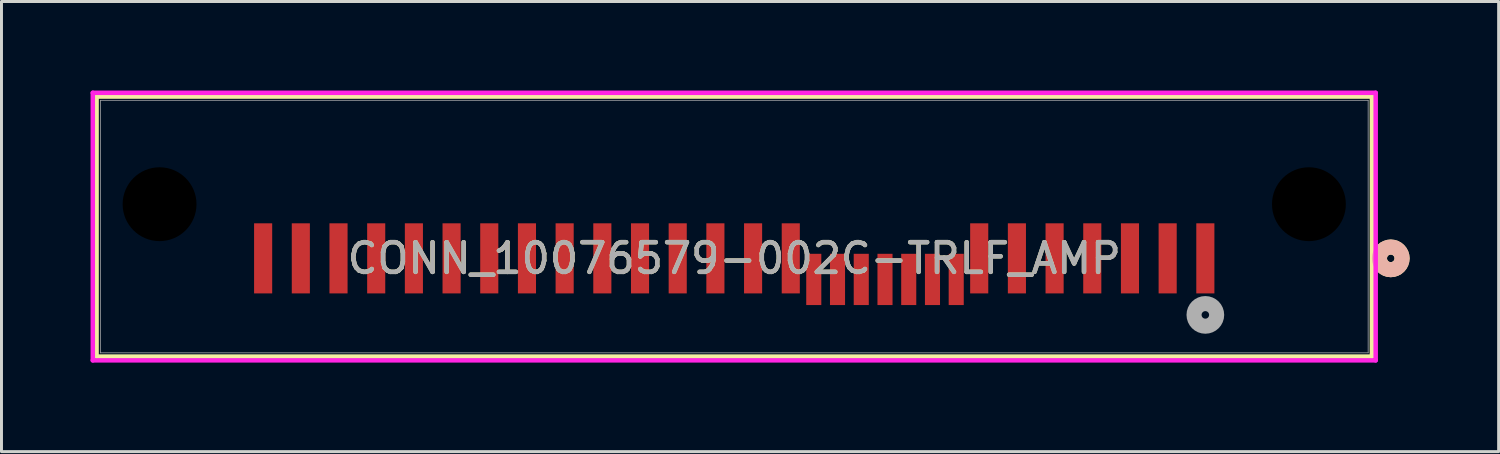
<source format=kicad_pcb>
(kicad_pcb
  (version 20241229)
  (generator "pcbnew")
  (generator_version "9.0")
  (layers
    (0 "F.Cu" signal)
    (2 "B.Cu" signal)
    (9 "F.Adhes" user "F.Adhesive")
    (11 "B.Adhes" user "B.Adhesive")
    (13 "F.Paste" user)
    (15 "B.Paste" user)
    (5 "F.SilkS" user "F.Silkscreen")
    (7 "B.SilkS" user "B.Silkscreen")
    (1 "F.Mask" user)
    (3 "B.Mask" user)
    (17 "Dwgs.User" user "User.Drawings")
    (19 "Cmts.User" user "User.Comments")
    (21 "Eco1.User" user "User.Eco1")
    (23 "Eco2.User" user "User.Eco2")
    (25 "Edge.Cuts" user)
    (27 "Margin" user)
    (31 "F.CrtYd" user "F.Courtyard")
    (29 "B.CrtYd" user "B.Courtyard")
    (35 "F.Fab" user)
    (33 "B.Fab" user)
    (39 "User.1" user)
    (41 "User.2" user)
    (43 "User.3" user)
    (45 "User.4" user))
  (footprint "CONN_10076579-002C-TRLF_AMP"
    (layer "F.Cu")
    (at 21.692 4.585)
    (property "Reference" "CONN_10076579-002C-TRLF_AMP" (at 0 1.071 0) (unlocked yes) (layer "F.SilkS") (effects (font (size 1 1) (thickness 0.15))))
    (attr smd)
    (fp_line (start -21.488 -4.381) (end -21.488 4.381) (stroke (width 0.152) (type solid)) (layer "F.SilkS"))
    (fp_line (start -21.488 4.381) (end 21.488 4.381) (stroke (width 0.152) (type solid)) (layer "F.SilkS"))
    (fp_line (start 21.488 -4.381) (end -21.488 -4.381) (stroke (width 0.152) (type solid)) (layer "F.SilkS"))
    (fp_line (start 21.488 4.381) (end 21.488 -4.381) (stroke (width 0.152) (type solid)) (layer "F.SilkS"))
    (fp_circle (center 22.123 1.071) (end 22.504 1.071) (stroke (width 0.508) (type solid)) (fill no) (layer "F.SilkS"))
    (fp_circle (center 22.123 1.071) (end 22.504 1.071) (stroke (width 0.508) (type solid)) (fill no) (layer "B.SilkS"))
    (fp_line (start -21.615 -4.508) (end -21.615 4.508) (stroke (width 0.152) (type solid)) (layer "F.CrtYd"))
    (fp_line (start -21.615 4.508) (end 21.615 4.508) (stroke (width 0.152) (type solid)) (layer "F.CrtYd"))
    (fp_line (start 21.615 -4.508) (end -21.615 -4.508) (stroke (width 0.152) (type solid)) (layer "F.CrtYd"))
    (fp_line (start 21.615 4.508) (end 21.615 -4.508) (stroke (width 0.152) (type solid)) (layer "F.CrtYd"))
    (fp_line (start -21.361 -4.255) (end -21.361 4.255) (stroke (width 0.025) (type solid)) (layer "F.Fab"))
    (fp_line (start -21.361 4.255) (end 21.361 4.255) (stroke (width 0.025) (type solid)) (layer "F.Fab"))
    (fp_line (start 21.361 -4.255) (end -21.361 -4.255) (stroke (width 0.025) (type solid)) (layer "F.Fab"))
    (fp_line (start 21.361 4.255) (end 21.361 -4.255) (stroke (width 0.025) (type solid)) (layer "F.Fab"))
    (fp_circle (center 15.875 2.976) (end 16.256 2.976) (stroke (width 0.508) (type solid)) (fill no) (layer "F.Fab"))
    (fp_text user "${REFERENCE}" (at 0 1.071 0) (unlocked yes) (layer "F.Fab") (effects (font (size 1 1) (thickness 0.15))))
    (pad "" np_thru_hole circle (at -19.365 -0.754) (size 2.489 2.489) (drill 2.489) (layers))
    (pad "" np_thru_hole circle (at 19.365 -0.754) (size 2.489 2.489) (drill 2.489) (layers))
    (pad "P1" smd rect (at 1.905 1.071) (size 0.61 2.362) (layers "F.Cu" "F.Mask" "F.Paste"))
    (pad "P2" smd rect (at 0.635 1.071) (size 0.61 2.362) (layers "F.Cu" "F.Mask" "F.Paste"))
    (pad "P3" smd rect (at -0.635 1.071) (size 0.61 2.362) (layers "F.Cu" "F.Mask" "F.Paste"))
    (pad "P4" smd rect (at -1.905 1.071) (size 0.61 2.362) (layers "F.Cu" "F.Mask" "F.Paste"))
    (pad "P5" smd rect (at -3.175 1.071) (size 0.61 2.362) (layers "F.Cu" "F.Mask" "F.Paste"))
    (pad "P6" smd rect (at -4.445 1.071) (size 0.61 2.362) (layers "F.Cu" "F.Mask" "F.Paste"))
    (pad "P7" smd rect (at -5.715 1.071) (size 0.61 2.362) (layers "F.Cu" "F.Mask" "F.Paste"))
    (pad "P8" smd rect (at -6.985 1.071) (size 0.61 2.362) (layers "F.Cu" "F.Mask" "F.Paste"))
    (pad "P9" smd rect (at -8.255 1.071) (size 0.61 2.362) (layers "F.Cu" "F.Mask" "F.Paste"))
    (pad "P10" smd rect (at -9.525 1.071) (size 0.61 2.362) (layers "F.Cu" "F.Mask" "F.Paste"))
    (pad "P11" smd rect (at -10.795 1.071) (size 0.61 2.362) (layers "F.Cu" "F.Mask" "F.Paste"))
    (pad "P12" smd rect (at -12.065 1.071) (size 0.61 2.362) (layers "F.Cu" "F.Mask" "F.Paste"))
    (pad "P13" smd rect (at -13.335 1.071) (size 0.61 2.362) (layers "F.Cu" "F.Mask" "F.Paste"))
    (pad "P14" smd rect (at -14.605 1.071) (size 0.61 2.362) (layers "F.Cu" "F.Mask" "F.Paste"))
    (pad "P15" smd rect (at -15.875 1.071) (size 0.61 2.362) (layers "F.Cu" "F.Mask" "F.Paste"))
    (pad "S1" smd rect (at 15.875 1.071) (size 0.61 2.362) (layers "F.Cu" "F.Mask" "F.Paste"))
    (pad "S2" smd rect (at 14.605 1.071) (size 0.61 2.362) (layers "F.Cu" "F.Mask" "F.Paste"))
    (pad "S3" smd rect (at 13.335 1.071) (size 0.61 2.362) (layers "F.Cu" "F.Mask" "F.Paste"))
    (pad "S4" smd rect (at 12.065 1.071) (size 0.61 2.362) (layers "F.Cu" "F.Mask" "F.Paste"))
    (pad "S5" smd rect (at 10.795 1.071) (size 0.61 2.362) (layers "F.Cu" "F.Mask" "F.Paste"))
    (pad "S6" smd rect (at 9.525 1.071) (size 0.61 2.362) (layers "F.Cu" "F.Mask" "F.Paste"))
    (pad "S7" smd rect (at 8.255 1.071) (size 0.61 2.362) (layers "F.Cu" "F.Mask" "F.Paste"))
    (pad "S8" smd rect (at 7.48 1.781) (size 0.508 1.727) (layers "F.Cu" "F.Mask" "F.Paste"))
    (pad "S9" smd rect (at 6.68 1.781) (size 0.508 1.727) (layers "F.Cu" "F.Mask" "F.Paste"))
    (pad "S10" smd rect (at 5.88 1.781) (size 0.508 1.727) (layers "F.Cu" "F.Mask" "F.Paste"))
    (pad "S11" smd rect (at 5.08 1.781) (size 0.508 1.727) (layers "F.Cu" "F.Mask" "F.Paste"))
    (pad "S12" smd rect (at 4.28 1.781) (size 0.508 1.727) (layers "F.Cu" "F.Mask" "F.Paste"))
    (pad "S13" smd rect (at 3.48 1.781) (size 0.508 1.727) (layers "F.Cu" "F.Mask" "F.Paste"))
    (pad "S14" smd rect (at 2.68 1.781) (size 0.508 1.727) (layers "F.Cu" "F.Mask" "F.Paste")))
  (gr_rect
    (start -3 -3)
    (end 47.45 12.169)
    (stroke (width 0.1) (type default))
    (fill no)
    (layer "Edge.Cuts")))
</source>
